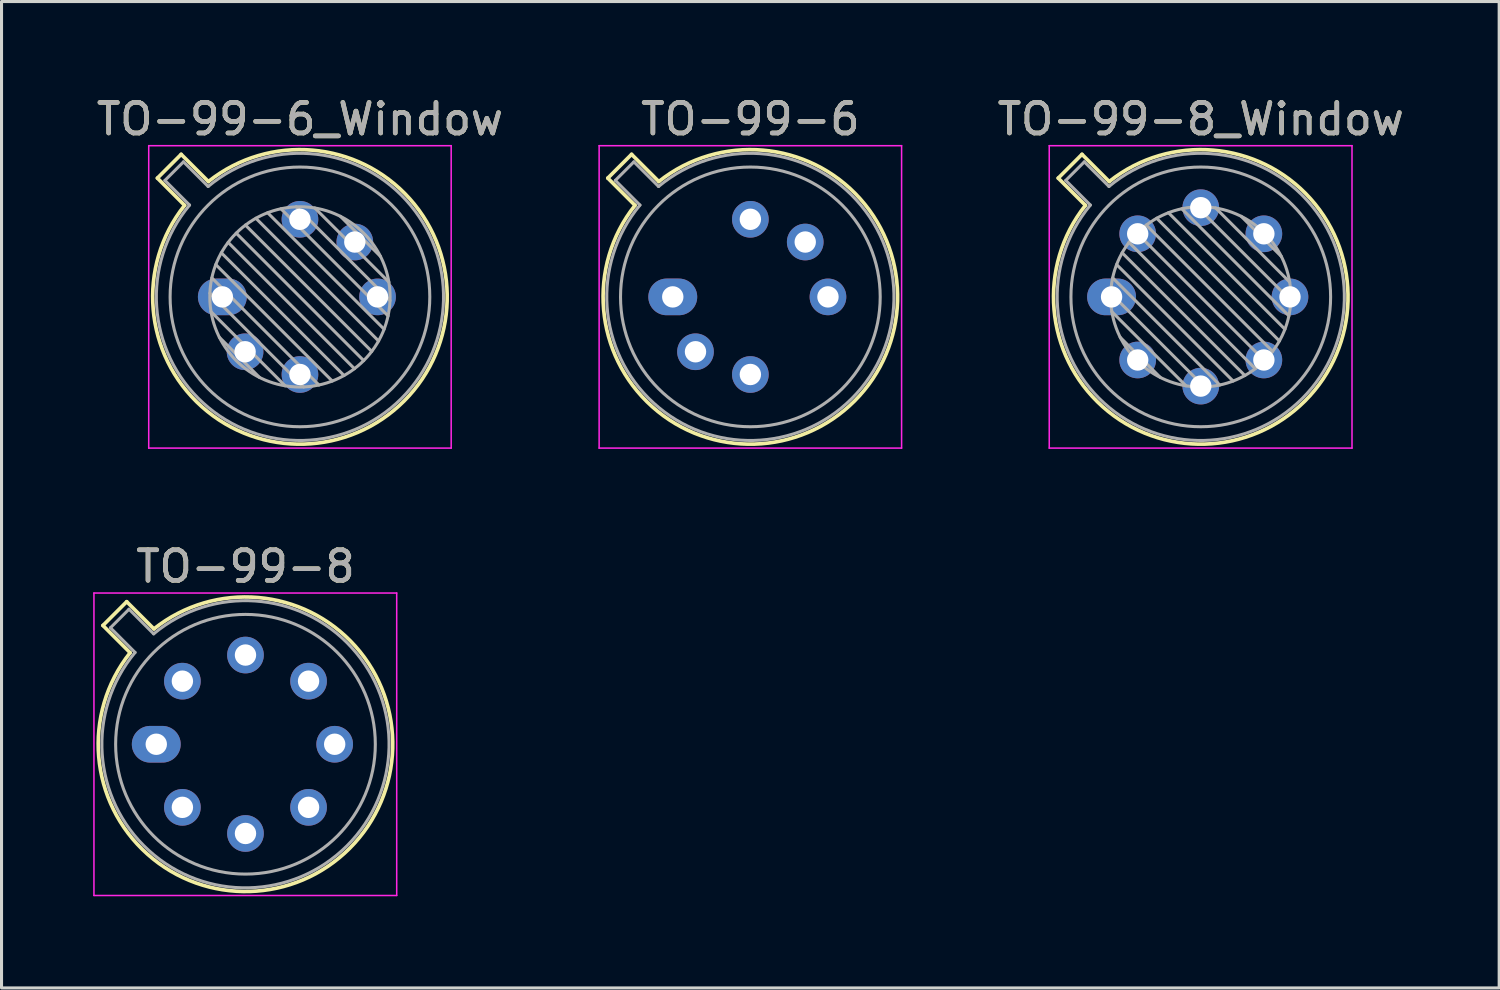
<source format=kicad_pcb>
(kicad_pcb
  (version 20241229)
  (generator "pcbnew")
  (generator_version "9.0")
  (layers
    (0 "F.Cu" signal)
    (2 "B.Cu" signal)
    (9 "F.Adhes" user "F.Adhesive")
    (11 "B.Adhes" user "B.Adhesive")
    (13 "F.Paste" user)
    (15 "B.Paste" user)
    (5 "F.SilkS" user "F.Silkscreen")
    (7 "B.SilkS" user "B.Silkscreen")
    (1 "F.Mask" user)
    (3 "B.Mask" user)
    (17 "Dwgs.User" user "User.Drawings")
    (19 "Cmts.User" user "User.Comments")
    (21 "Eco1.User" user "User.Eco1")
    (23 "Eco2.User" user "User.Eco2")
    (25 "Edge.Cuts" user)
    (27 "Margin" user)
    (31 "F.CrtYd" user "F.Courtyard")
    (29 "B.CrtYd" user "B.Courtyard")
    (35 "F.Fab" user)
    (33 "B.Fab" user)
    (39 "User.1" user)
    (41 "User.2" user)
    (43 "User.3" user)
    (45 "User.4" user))
  (footprint "TO-99-6_Window"
    (layer "F.Cu")
    (at 4.228 6.668)
    (property "Reference" "TO-99-6_Window" (at 2.54 -5.82 0) (layer "F.SilkS") (effects (font (size 1 1) (thickness 0.15))))
    (attr through_hole)
    (fp_line (start -2.126 -3.888) (end -1.235 -2.997) (stroke (width 0.12) (type solid)) (layer "F.SilkS"))
    (fp_line (start -1.348 -4.666) (end -2.126 -3.888) (stroke (width 0.12) (type solid)) (layer "F.SilkS"))
    (fp_line (start -0.457 -3.775) (end -1.348 -4.666) (stroke (width 0.12) (type solid)) (layer "F.SilkS"))
    (fp_arc (start -0.457084 -3.774902) (mid 5.948125 3.408384) (end -1.234674 -2.997371) (stroke (width 0.12) (type solid)) (layer "F.SilkS"))
    (fp_line (start -2.41 -4.95) (end -2.41 4.95) (stroke (width 0.05) (type solid)) (layer "F.CrtYd"))
    (fp_line (start -2.41 4.95) (end 7.49 4.95) (stroke (width 0.05) (type solid)) (layer "F.CrtYd"))
    (fp_line (start 7.49 -4.95) (end -2.41 -4.95) (stroke (width 0.05) (type solid)) (layer "F.CrtYd"))
    (fp_line (start 7.49 4.95) (end 7.49 -4.95) (stroke (width 0.05) (type solid)) (layer "F.CrtYd"))
    (fp_line (start -1.88 -3.812) (end -1.074 -3.005) (stroke (width 0.1) (type solid)) (layer "F.Fab"))
    (fp_line (start -1.272 -4.42) (end -1.88 -3.812) (stroke (width 0.1) (type solid)) (layer "F.Fab"))
    (fp_line (start -0.465 -3.614) (end -1.272 -4.42) (stroke (width 0.1) (type solid)) (layer "F.Fab"))
    (fp_line (start -0.408 -0.12) (end 2.66 2.948) (stroke (width 0.1) (type solid)) (layer "F.Fab"))
    (fp_line (start -0.371 0.485) (end 2.055 2.911) (stroke (width 0.1) (type solid)) (layer "F.Fab"))
    (fp_line (start -0.344 -0.622) (end 3.162 2.884) (stroke (width 0.1) (type solid)) (layer "F.Fab"))
    (fp_line (start -0.215 -1.058) (end 3.598 2.755) (stroke (width 0.1) (type solid)) (layer "F.Fab"))
    (fp_line (start -0.097 1.324) (end 1.216 2.637) (stroke (width 0.1) (type solid)) (layer "F.Fab"))
    (fp_line (start -0.034 -1.443) (end 3.983 2.574) (stroke (width 0.1) (type solid)) (layer "F.Fab"))
    (fp_line (start 0.19 -1.784) (end 4.324 2.35) (stroke (width 0.1) (type solid)) (layer "F.Fab"))
    (fp_line (start 0.454 -2.086) (end 4.626 2.086) (stroke (width 0.1) (type solid)) (layer "F.Fab"))
    (fp_line (start 0.756 -2.35) (end 4.89 1.784) (stroke (width 0.1) (type solid)) (layer "F.Fab"))
    (fp_line (start 1.097 -2.574) (end 5.114 1.443) (stroke (width 0.1) (type solid)) (layer "F.Fab"))
    (fp_line (start 1.482 -2.755) (end 5.295 1.058) (stroke (width 0.1) (type solid)) (layer "F.Fab"))
    (fp_line (start 1.918 -2.884) (end 5.424 0.622) (stroke (width 0.1) (type solid)) (layer "F.Fab"))
    (fp_line (start 2.42 -2.948) (end 5.488 0.12) (stroke (width 0.1) (type solid)) (layer "F.Fab"))
    (fp_line (start 3.025 -2.911) (end 5.451 -0.485) (stroke (width 0.1) (type solid)) (layer "F.Fab"))
    (fp_line (start 3.864 -2.637) (end 5.177 -1.324) (stroke (width 0.1) (type solid)) (layer "F.Fab"))
    (fp_arc (start -0.465408 -3.61352) (mid 5.863443 3.323361) (end -1.073594 -3.005319) (stroke (width 0.1) (type solid)) (layer "F.Fab"))
    (fp_circle (center 2.54 0) (end 5.49 0) (stroke (width 0.1) (type solid)) (fill no) (layer "F.Fab"))
    (fp_circle (center 2.54 0) (end 6.79 0) (stroke (width 0.1) (type solid)) (fill no) (layer "F.Fab"))
    (fp_text user "${REFERENCE}" (at 2.54 -5.82 0) (layer "F.Fab") (effects (font (size 1 1) (thickness 0.15))))
    (pad "1" thru_hole oval (at 0 0) (size 1.6 1.2) (drill 0.7) (layers "*.Cu" "*.Mask"))
    (pad "2" thru_hole oval (at 0.744 1.796) (size 1.2 1.2) (drill 0.7) (layers "*.Cu" "*.Mask"))
    (pad "3" thru_hole oval (at 2.54 2.54) (size 1.2 1.2) (drill 0.7) (layers "*.Cu" "*.Mask"))
    (pad "4" thru_hole oval (at 5.08 0) (size 1.2 1.2) (drill 0.7) (layers "*.Cu" "*.Mask"))
    (pad "5" thru_hole oval (at 4.336 -1.796) (size 1.2 1.2) (drill 0.7) (layers "*.Cu" "*.Mask"))
    (pad "6" thru_hole oval (at 2.54 -2.54) (size 1.2 1.2) (drill 0.7) (layers "*.Cu" "*.Mask")))
  (footprint "TO-99-8"
    (layer "F.Cu")
    (at 2.065 21.311)
    (property "Reference" "TO-99-8" (at 2.92 -5.82 0) (layer "F.SilkS") (effects (font (size 1 1) (thickness 0.15))))
    (attr through_hole)
    (fp_line (start -1.746 -3.888) (end -0.855 -2.997) (stroke (width 0.12) (type solid)) (layer "F.SilkS"))
    (fp_line (start -0.968 -4.666) (end -1.746 -3.888) (stroke (width 0.12) (type solid)) (layer "F.SilkS"))
    (fp_line (start -0.077 -3.775) (end -0.968 -4.666) (stroke (width 0.12) (type solid)) (layer "F.SilkS"))
    (fp_arc (start -0.077084 -3.774902) (mid 6.328125 3.408384) (end -0.854674 -2.997371) (stroke (width 0.12) (type solid)) (layer "F.SilkS"))
    (fp_line (start -2.04 -4.95) (end -2.04 4.95) (stroke (width 0.05) (type solid)) (layer "F.CrtYd"))
    (fp_line (start -2.04 4.95) (end 7.87 4.95) (stroke (width 0.05) (type solid)) (layer "F.CrtYd"))
    (fp_line (start 7.87 -4.95) (end -2.04 -4.95) (stroke (width 0.05) (type solid)) (layer "F.CrtYd"))
    (fp_line (start 7.87 4.95) (end 7.87 -4.95) (stroke (width 0.05) (type solid)) (layer "F.CrtYd"))
    (fp_line (start -1.5 -3.812) (end -0.694 -3.005) (stroke (width 0.1) (type solid)) (layer "F.Fab"))
    (fp_line (start -0.892 -4.42) (end -1.5 -3.812) (stroke (width 0.1) (type solid)) (layer "F.Fab"))
    (fp_line (start -0.085 -3.614) (end -0.892 -4.42) (stroke (width 0.1) (type solid)) (layer "F.Fab"))
    (fp_arc (start -0.085408 -3.61352) (mid 6.243443 3.323361) (end -0.693594 -3.005319) (stroke (width 0.1) (type solid)) (layer "F.Fab"))
    (fp_circle (center 2.92 0) (end 7.17 0) (stroke (width 0.1) (type solid)) (fill no) (layer "F.Fab"))
    (fp_text user "${REFERENCE}" (at 2.92 -5.82 0) (layer "F.Fab") (effects (font (size 1 1) (thickness 0.15))))
    (pad "1" thru_hole oval (at 0 0) (size 1.6 1.2) (drill 0.7) (layers "*.Cu" "*.Mask"))
    (pad "2" thru_hole oval (at 0.855 2.065) (size 1.2 1.2) (drill 0.7) (layers "*.Cu" "*.Mask"))
    (pad "3" thru_hole oval (at 2.92 2.92) (size 1.2 1.2) (drill 0.7) (layers "*.Cu" "*.Mask"))
    (pad "4" thru_hole oval (at 4.985 2.065) (size 1.2 1.2) (drill 0.7) (layers "*.Cu" "*.Mask"))
    (pad "5" thru_hole oval (at 5.84 0) (size 1.2 1.2) (drill 0.7) (layers "*.Cu" "*.Mask"))
    (pad "6" thru_hole oval (at 4.985 -2.065) (size 1.2 1.2) (drill 0.7) (layers "*.Cu" "*.Mask"))
    (pad "7" thru_hole oval (at 2.92 -2.92) (size 1.2 1.2) (drill 0.7) (layers "*.Cu" "*.Mask"))
    (pad "8" thru_hole oval (at 0.855 -2.065) (size 1.2 1.2) (drill 0.7) (layers "*.Cu" "*.Mask")))
  (footprint "TO-99-6"
    (layer "F.Cu")
    (at 18.971 6.668)
    (property "Reference" "TO-99-6" (at 2.54 -5.82 0) (layer "F.SilkS") (effects (font (size 1 1) (thickness 0.15))))
    (attr through_hole)
    (fp_line (start -2.126 -3.888) (end -1.235 -2.997) (stroke (width 0.12) (type solid)) (layer "F.SilkS"))
    (fp_line (start -1.348 -4.666) (end -2.126 -3.888) (stroke (width 0.12) (type solid)) (layer "F.SilkS"))
    (fp_line (start -0.457 -3.775) (end -1.348 -4.666) (stroke (width 0.12) (type solid)) (layer "F.SilkS"))
    (fp_arc (start -0.457084 -3.774902) (mid 5.948125 3.408384) (end -1.234674 -2.997371) (stroke (width 0.12) (type solid)) (layer "F.SilkS"))
    (fp_line (start -2.41 -4.95) (end -2.41 4.95) (stroke (width 0.05) (type solid)) (layer "F.CrtYd"))
    (fp_line (start -2.41 4.95) (end 7.49 4.95) (stroke (width 0.05) (type solid)) (layer "F.CrtYd"))
    (fp_line (start 7.49 -4.95) (end -2.41 -4.95) (stroke (width 0.05) (type solid)) (layer "F.CrtYd"))
    (fp_line (start 7.49 4.95) (end 7.49 -4.95) (stroke (width 0.05) (type solid)) (layer "F.CrtYd"))
    (fp_line (start -1.88 -3.812) (end -1.074 -3.005) (stroke (width 0.1) (type solid)) (layer "F.Fab"))
    (fp_line (start -1.272 -4.42) (end -1.88 -3.812) (stroke (width 0.1) (type solid)) (layer "F.Fab"))
    (fp_line (start -0.465 -3.614) (end -1.272 -4.42) (stroke (width 0.1) (type solid)) (layer "F.Fab"))
    (fp_arc (start -0.465408 -3.61352) (mid 5.863443 3.323361) (end -1.073594 -3.005319) (stroke (width 0.1) (type solid)) (layer "F.Fab"))
    (fp_circle (center 2.54 0) (end 6.79 0) (stroke (width 0.1) (type solid)) (fill no) (layer "F.Fab"))
    (fp_text user "${REFERENCE}" (at 2.54 -5.82 0) (layer "F.Fab") (effects (font (size 1 1) (thickness 0.15))))
    (pad "1" thru_hole oval (at 0 0) (size 1.6 1.2) (drill 0.7) (layers "*.Cu" "*.Mask"))
    (pad "2" thru_hole oval (at 0.744 1.796) (size 1.2 1.2) (drill 0.7) (layers "*.Cu" "*.Mask"))
    (pad "3" thru_hole oval (at 2.54 2.54) (size 1.2 1.2) (drill 0.7) (layers "*.Cu" "*.Mask"))
    (pad "4" thru_hole oval (at 5.08 0) (size 1.2 1.2) (drill 0.7) (layers "*.Cu" "*.Mask"))
    (pad "5" thru_hole oval (at 4.336 -1.796) (size 1.2 1.2) (drill 0.7) (layers "*.Cu" "*.Mask"))
    (pad "6" thru_hole oval (at 2.54 -2.54) (size 1.2 1.2) (drill 0.7) (layers "*.Cu" "*.Mask")))
  (footprint "TO-99-8_Window"
    (layer "F.Cu")
    (at 33.334 6.668)
    (property "Reference" "TO-99-8_Window" (at 2.92 -5.82 0) (layer "F.SilkS") (effects (font (size 1 1) (thickness 0.15))))
    (attr through_hole)
    (fp_line (start -1.746 -3.888) (end -0.855 -2.997) (stroke (width 0.12) (type solid)) (layer "F.SilkS"))
    (fp_line (start -0.968 -4.666) (end -1.746 -3.888) (stroke (width 0.12) (type solid)) (layer "F.SilkS"))
    (fp_line (start -0.077 -3.775) (end -0.968 -4.666) (stroke (width 0.12) (type solid)) (layer "F.SilkS"))
    (fp_arc (start -0.077084 -3.774902) (mid 6.328125 3.408384) (end -0.854674 -2.997371) (stroke (width 0.12) (type solid)) (layer "F.SilkS"))
    (fp_line (start -2.04 -4.95) (end -2.04 4.95) (stroke (width 0.05) (type solid)) (layer "F.CrtYd"))
    (fp_line (start -2.04 4.95) (end 7.87 4.95) (stroke (width 0.05) (type solid)) (layer "F.CrtYd"))
    (fp_line (start 7.87 -4.95) (end -2.04 -4.95) (stroke (width 0.05) (type solid)) (layer "F.CrtYd"))
    (fp_line (start 7.87 4.95) (end 7.87 -4.95) (stroke (width 0.05) (type solid)) (layer "F.CrtYd"))
    (fp_line (start -1.5 -3.812) (end -0.694 -3.005) (stroke (width 0.1) (type solid)) (layer "F.Fab"))
    (fp_line (start -0.892 -4.42) (end -1.5 -3.812) (stroke (width 0.1) (type solid)) (layer "F.Fab"))
    (fp_line (start -0.085 -3.614) (end -0.892 -4.42) (stroke (width 0.1) (type solid)) (layer "F.Fab"))
    (fp_line (start -0.028 -0.12) (end 3.04 2.948) (stroke (width 0.1) (type solid)) (layer "F.Fab"))
    (fp_line (start 0.009 0.485) (end 2.435 2.911) (stroke (width 0.1) (type solid)) (layer "F.Fab"))
    (fp_line (start 0.036 -0.622) (end 3.542 2.884) (stroke (width 0.1) (type solid)) (layer "F.Fab"))
    (fp_line (start 0.165 -1.058) (end 3.978 2.755) (stroke (width 0.1) (type solid)) (layer "F.Fab"))
    (fp_line (start 0.283 1.324) (end 1.596 2.637) (stroke (width 0.1) (type solid)) (layer "F.Fab"))
    (fp_line (start 0.346 -1.443) (end 4.363 2.574) (stroke (width 0.1) (type solid)) (layer "F.Fab"))
    (fp_line (start 0.57 -1.784) (end 4.704 2.35) (stroke (width 0.1) (type solid)) (layer "F.Fab"))
    (fp_line (start 0.834 -2.086) (end 5.006 2.086) (stroke (width 0.1) (type solid)) (layer "F.Fab"))
    (fp_line (start 1.136 -2.35) (end 5.27 1.784) (stroke (width 0.1) (type solid)) (layer "F.Fab"))
    (fp_line (start 1.477 -2.574) (end 5.494 1.443) (stroke (width 0.1) (type solid)) (layer "F.Fab"))
    (fp_line (start 1.862 -2.755) (end 5.675 1.058) (stroke (width 0.1) (type solid)) (layer "F.Fab"))
    (fp_line (start 2.298 -2.884) (end 5.804 0.622) (stroke (width 0.1) (type solid)) (layer "F.Fab"))
    (fp_line (start 2.8 -2.948) (end 5.868 0.12) (stroke (width 0.1) (type solid)) (layer "F.Fab"))
    (fp_line (start 3.405 -2.911) (end 5.831 -0.485) (stroke (width 0.1) (type solid)) (layer "F.Fab"))
    (fp_line (start 4.244 -2.637) (end 5.557 -1.324) (stroke (width 0.1) (type solid)) (layer "F.Fab"))
    (fp_arc (start -0.085408 -3.61352) (mid 6.243443 3.323361) (end -0.693594 -3.005319) (stroke (width 0.1) (type solid)) (layer "F.Fab"))
    (fp_circle (center 2.92 0) (end 5.87 0) (stroke (width 0.1) (type solid)) (fill no) (layer "F.Fab"))
    (fp_circle (center 2.92 0) (end 7.17 0) (stroke (width 0.1) (type solid)) (fill no) (layer "F.Fab"))
    (fp_text user "${REFERENCE}" (at 2.92 -5.82 0) (layer "F.Fab") (effects (font (size 1 1) (thickness 0.15))))
    (pad "1" thru_hole oval (at 0 0) (size 1.6 1.2) (drill 0.7) (layers "*.Cu" "*.Mask"))
    (pad "2" thru_hole oval (at 0.855 2.065) (size 1.2 1.2) (drill 0.7) (layers "*.Cu" "*.Mask"))
    (pad "3" thru_hole oval (at 2.92 2.92) (size 1.2 1.2) (drill 0.7) (layers "*.Cu" "*.Mask"))
    (pad "4" thru_hole oval (at 4.985 2.065) (size 1.2 1.2) (drill 0.7) (layers "*.Cu" "*.Mask"))
    (pad "5" thru_hole oval (at 5.84 0) (size 1.2 1.2) (drill 0.7) (layers "*.Cu" "*.Mask"))
    (pad "6" thru_hole oval (at 4.985 -2.065) (size 1.2 1.2) (drill 0.7) (layers "*.Cu" "*.Mask"))
    (pad "7" thru_hole oval (at 2.92 -2.92) (size 1.2 1.2) (drill 0.7) (layers "*.Cu" "*.Mask"))
    (pad "8" thru_hole oval (at 0.855 -2.065) (size 1.2 1.2) (drill 0.7) (layers "*.Cu" "*.Mask")))
  (gr_rect
    (start -3 -3)
    (end 46.021 29.287)
    (stroke (width 0.1) (type default))
    (fill no)
    (layer "Edge.Cuts")))
</source>
